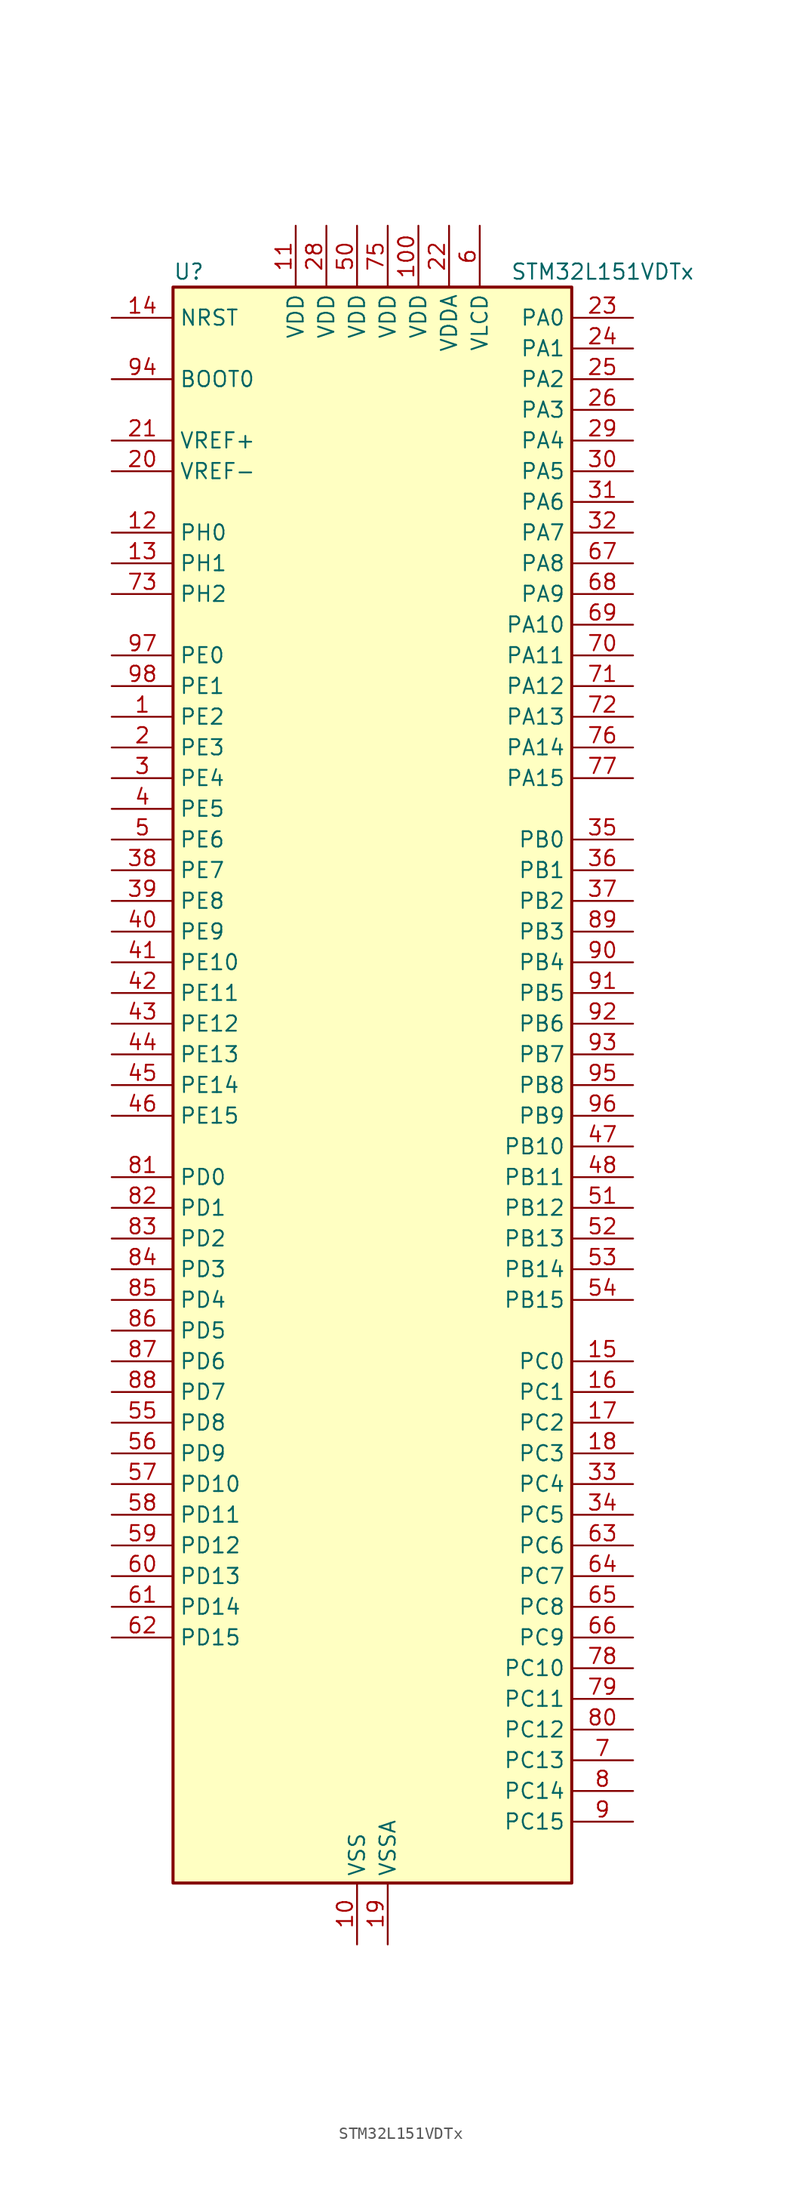
<source format=kicad_sym>
(kicad_symbol_lib
  (version 20231120)
  (generator "kicad-library-utils")
  (generator_version "8.0")
  (symbol "STM32L151VDTx"
    (property "Reference" "U"
      (at -15.24 67.31 0)
      (effects (font (size 1.27 1.27)) (justify left)))
    (property "Value" "STM32L151VDTx"
      (at 12.7 67.31 0)
      (effects (font (size 1.27 1.27)) (justify left)))
    (symbol "STM32L151VDTx_0_1"
      (rectangle (start -15.24 -66.04) (end 17.78 66.04) (stroke (width 0.254) (type default)) (fill (type background))))
    (symbol "STM32L151VDTx_1_1"
      (pin bidirectional line (at -20.32 30.48 0) (length 5.08) (name "PE2" (effects (font (size 1.27 1.27)))) (number "1" (effects (font (size 1.27 1.27)))) (alternate "FSMC_A23" bidirectional line) (alternate "SYS_TRACECK" bidirectional line) (alternate "TIM3_ETR" bidirectional line) (alternate "TIMX_IC3" bidirectional line))
      (pin power_in line (at 0 -71.12 90) (length 5.08) (name "VSS" (effects (font (size 1.27 1.27)))) (number "10" (effects (font (size 1.27 1.27)))))
      (pin power_in line (at 5.08 71.12 270) (length 5.08) (name "VDD" (effects (font (size 1.27 1.27)))) (number "100" (effects (font (size 1.27 1.27)))))
      (pin power_in line (at -5.08 71.12 270) (length 5.08) (name "VDD" (effects (font (size 1.27 1.27)))) (number "11" (effects (font (size 1.27 1.27)))))
      (pin bidirectional line (at -20.32 45.72 0) (length 5.08) (name "PH0" (effects (font (size 1.27 1.27)))) (number "12" (effects (font (size 1.27 1.27)))) (alternate "RCC_OSC_IN" bidirectional line))
      (pin bidirectional line (at -20.32 43.18 0) (length 5.08) (name "PH1" (effects (font (size 1.27 1.27)))) (number "13" (effects (font (size 1.27 1.27)))) (alternate "RCC_OSC_OUT" bidirectional line))
      (pin input line (at -20.32 63.5 0) (length 5.08) (name "NRST" (effects (font (size 1.27 1.27)))) (number "14" (effects (font (size 1.27 1.27)))))
      (pin bidirectional line (at 22.86 -22.86 180) (length 5.08) (name "PC0" (effects (font (size 1.27 1.27)))) (number "15" (effects (font (size 1.27 1.27)))) (alternate "ADC_IN10" bidirectional line) (alternate "COMP1_INP" bidirectional line) (alternate "TIMX_IC1" bidirectional line) (alternate "TS_G8_IO1" bidirectional line))
      (pin bidirectional line (at 22.86 -25.4 180) (length 5.08) (name "PC1" (effects (font (size 1.27 1.27)))) (number "16" (effects (font (size 1.27 1.27)))) (alternate "ADC_IN11" bidirectional line) (alternate "COMP1_INP" bidirectional line) (alternate "OPAMP3_VINP" bidirectional line) (alternate "TIMX_IC2" bidirectional line) (alternate "TS_G8_IO2" bidirectional line))
      (pin bidirectional line (at 22.86 -27.94 180) (length 5.08) (name "PC2" (effects (font (size 1.27 1.27)))) (number "17" (effects (font (size 1.27 1.27)))) (alternate "ADC_IN12" bidirectional line) (alternate "COMP1_INP" bidirectional line) (alternate "OPAMP3_VINM" bidirectional line) (alternate "TIMX_IC3" bidirectional line) (alternate "TS_G8_IO3" bidirectional line))
      (pin bidirectional line (at 22.86 -30.48 180) (length 5.08) (name "PC3" (effects (font (size 1.27 1.27)))) (number "18" (effects (font (size 1.27 1.27)))) (alternate "ADC_IN13" bidirectional line) (alternate "COMP1_INP" bidirectional line) (alternate "OPAMP3_VOUT" bidirectional line) (alternate "TIMX_IC4" bidirectional line) (alternate "TS_G8_IO4" bidirectional line))
      (pin power_in line (at 2.54 -71.12 90) (length 5.08) (name "VSSA" (effects (font (size 1.27 1.27)))) (number "19" (effects (font (size 1.27 1.27)))))
      (pin bidirectional line (at -20.32 27.94 0) (length 5.08) (name "PE3" (effects (font (size 1.27 1.27)))) (number "2" (effects (font (size 1.27 1.27)))) (alternate "FSMC_A19" bidirectional line) (alternate "SYS_TRACED0" bidirectional line) (alternate "TIM3_CH1" bidirectional line) (alternate "TIMX_IC4" bidirectional line))
      (pin input line (at -20.32 50.8 0) (length 5.08) (name "VREF-" (effects (font (size 1.27 1.27)))) (number "20" (effects (font (size 1.27 1.27)))))
      (pin input line (at -20.32 53.34 0) (length 5.08) (name "VREF+" (effects (font (size 1.27 1.27)))) (number "21" (effects (font (size 1.27 1.27)))))
      (pin power_in line (at 7.62 71.12 270) (length 5.08) (name "VDDA" (effects (font (size 1.27 1.27)))) (number "22" (effects (font (size 1.27 1.27)))))
      (pin bidirectional line (at 22.86 63.5 180) (length 5.08) (name "PA0" (effects (font (size 1.27 1.27)))) (number "23" (effects (font (size 1.27 1.27)))) (alternate "ADC_IN0" bidirectional line) (alternate "COMP1_INP" bidirectional line) (alternate "RTC_TAMP2" bidirectional line) (alternate "SYS_WKUP1" bidirectional line) (alternate "TIM2_CH1" bidirectional line) (alternate "TIM2_ETR" bidirectional line) (alternate "TIM5_CH1" bidirectional line) (alternate "TIMX_IC1" bidirectional line) (alternate "TS_G1_IO1" bidirectional line) (alternate "USART2_CTS" bidirectional line))
      (pin bidirectional line (at 22.86 60.96 180) (length 5.08) (name "PA1" (effects (font (size 1.27 1.27)))) (number "24" (effects (font (size 1.27 1.27)))) (alternate "ADC_IN1" bidirectional line) (alternate "COMP1_INP" bidirectional line) (alternate "OPAMP1_VINP" bidirectional line) (alternate "TIM2_CH2" bidirectional line) (alternate "TIM5_CH2" bidirectional line) (alternate "TIMX_IC2" bidirectional line) (alternate "TS_G1_IO2" bidirectional line) (alternate "USART2_RTS" bidirectional line))
      (pin bidirectional line (at 22.86 58.42 180) (length 5.08) (name "PA2" (effects (font (size 1.27 1.27)))) (number "25" (effects (font (size 1.27 1.27)))) (alternate "ADC_IN2" bidirectional line) (alternate "COMP1_INP" bidirectional line) (alternate "OPAMP1_VINM" bidirectional line) (alternate "TIM2_CH3" bidirectional line) (alternate "TIM5_CH3" bidirectional line) (alternate "TIM9_CH1" bidirectional line) (alternate "TIMX_IC3" bidirectional line) (alternate "TS_G1_IO3" bidirectional line) (alternate "USART2_TX" bidirectional line))
      (pin bidirectional line (at 22.86 55.88 180) (length 5.08) (name "PA3" (effects (font (size 1.27 1.27)))) (number "26" (effects (font (size 1.27 1.27)))) (alternate "ADC_IN3" bidirectional line) (alternate "COMP1_INP" bidirectional line) (alternate "OPAMP1_VOUT" bidirectional line) (alternate "TIM2_CH4" bidirectional line) (alternate "TIM5_CH4" bidirectional line) (alternate "TIM9_CH2" bidirectional line) (alternate "TIMX_IC4" bidirectional line) (alternate "TS_G1_IO4" bidirectional line) (alternate "USART2_RX" bidirectional line))
      (pin passive line (at 0 -71.12 90) (length 5.08) hide (name "VSS" (effects (font (size 1.27 1.27)))) (number "27" (effects (font (size 1.27 1.27)))))
      (pin power_in line (at -2.54 71.12 270) (length 5.08) (name "VDD" (effects (font (size 1.27 1.27)))) (number "28" (effects (font (size 1.27 1.27)))))
      (pin bidirectional line (at 22.86 53.34 180) (length 5.08) (name "PA4" (effects (font (size 1.27 1.27)))) (number "29" (effects (font (size 1.27 1.27)))) (alternate "ADC_IN4" bidirectional line) (alternate "COMP1_INP" bidirectional line) (alternate "DAC_OUT1" bidirectional line) (alternate "I2S3_WS" bidirectional line) (alternate "SPI1_NSS" bidirectional line) (alternate "SPI3_NSS" bidirectional line) (alternate "TIMX_IC1" bidirectional line) (alternate "USART2_CK" bidirectional line))
      (pin bidirectional line (at -20.32 25.4 0) (length 5.08) (name "PE4" (effects (font (size 1.27 1.27)))) (number "3" (effects (font (size 1.27 1.27)))) (alternate "FSMC_A20" bidirectional line) (alternate "SYS_TRACED1" bidirectional line) (alternate "TIM3_CH2" bidirectional line) (alternate "TIMX_IC1" bidirectional line))
      (pin bidirectional line (at 22.86 50.8 180) (length 5.08) (name "PA5" (effects (font (size 1.27 1.27)))) (number "30" (effects (font (size 1.27 1.27)))) (alternate "ADC_IN5" bidirectional line) (alternate "COMP1_INP" bidirectional line) (alternate "DAC_OUT2" bidirectional line) (alternate "SPI1_SCK" bidirectional line) (alternate "TIM2_CH1" bidirectional line) (alternate "TIM2_ETR" bidirectional line) (alternate "TIMX_IC2" bidirectional line))
      (pin bidirectional line (at 22.86 48.26 180) (length 5.08) (name "PA6" (effects (font (size 1.27 1.27)))) (number "31" (effects (font (size 1.27 1.27)))) (alternate "ADC_IN6" bidirectional line) (alternate "COMP1_INP" bidirectional line) (alternate "OPAMP2_VINP" bidirectional line) (alternate "SPI1_MISO" bidirectional line) (alternate "TIM10_CH1" bidirectional line) (alternate "TIM3_CH1" bidirectional line) (alternate "TIMX_IC3" bidirectional line) (alternate "TS_G2_IO1" bidirectional line))
      (pin bidirectional line (at 22.86 45.72 180) (length 5.08) (name "PA7" (effects (font (size 1.27 1.27)))) (number "32" (effects (font (size 1.27 1.27)))) (alternate "ADC_IN7" bidirectional line) (alternate "COMP1_INP" bidirectional line) (alternate "OPAMP2_VINM" bidirectional line) (alternate "SPI1_MOSI" bidirectional line) (alternate "TIM11_CH1" bidirectional line) (alternate "TIM3_CH2" bidirectional line) (alternate "TIMX_IC4" bidirectional line) (alternate "TS_G2_IO2" bidirectional line))
      (pin bidirectional line (at 22.86 -33.02 180) (length 5.08) (name "PC4" (effects (font (size 1.27 1.27)))) (number "33" (effects (font (size 1.27 1.27)))) (alternate "ADC_IN14" bidirectional line) (alternate "COMP1_INP" bidirectional line) (alternate "TIMX_IC1" bidirectional line) (alternate "TS_G9_IO1" bidirectional line))
      (pin bidirectional line (at 22.86 -35.56 180) (length 5.08) (name "PC5" (effects (font (size 1.27 1.27)))) (number "34" (effects (font (size 1.27 1.27)))) (alternate "ADC_IN15" bidirectional line) (alternate "COMP1_INP" bidirectional line) (alternate "TIMX_IC2" bidirectional line) (alternate "TS_G9_IO2" bidirectional line))
      (pin bidirectional line (at 22.86 20.32 180) (length 5.08) (name "PB0" (effects (font (size 1.27 1.27)))) (number "35" (effects (font (size 1.27 1.27)))) (alternate "ADC_IN8" bidirectional line) (alternate "COMP1_INP" bidirectional line) (alternate "OPAMP2_VOUT" bidirectional line) (alternate "SYS_V_REF_OUT" bidirectional line) (alternate "TIM3_CH3" bidirectional line) (alternate "TS_G3_IO1" bidirectional line))
      (pin bidirectional line (at 22.86 17.78 180) (length 5.08) (name "PB1" (effects (font (size 1.27 1.27)))) (number "36" (effects (font (size 1.27 1.27)))) (alternate "ADC_IN9" bidirectional line) (alternate "COMP1_INP" bidirectional line) (alternate "SYS_V_REF_OUT" bidirectional line) (alternate "TIM3_CH4" bidirectional line) (alternate "TS_G3_IO2" bidirectional line))
      (pin bidirectional line (at 22.86 15.24 180) (length 5.08) (name "PB2" (effects (font (size 1.27 1.27)))) (number "37" (effects (font (size 1.27 1.27)))) (alternate "TS_G3_IO3" bidirectional line))
      (pin bidirectional line (at -20.32 17.78 0) (length 5.08) (name "PE7" (effects (font (size 1.27 1.27)))) (number "38" (effects (font (size 1.27 1.27)))) (alternate "ADC_IN22" bidirectional line) (alternate "COMP1_INP" bidirectional line) (alternate "FSMC_D4" bidirectional line) (alternate "FSMC_DA4" bidirectional line) (alternate "TIMX_IC4" bidirectional line))
      (pin bidirectional line (at -20.32 15.24 0) (length 5.08) (name "PE8" (effects (font (size 1.27 1.27)))) (number "39" (effects (font (size 1.27 1.27)))) (alternate "ADC_IN23" bidirectional line) (alternate "COMP1_INP" bidirectional line) (alternate "FSMC_D5" bidirectional line) (alternate "FSMC_DA5" bidirectional line) (alternate "TIMX_IC1" bidirectional line))
      (pin bidirectional line (at -20.32 22.86 0) (length 5.08) (name "PE5" (effects (font (size 1.27 1.27)))) (number "4" (effects (font (size 1.27 1.27)))) (alternate "FSMC_A21" bidirectional line) (alternate "SYS_TRACED2" bidirectional line) (alternate "TIM9_CH1" bidirectional line) (alternate "TIMX_IC2" bidirectional line))
      (pin bidirectional line (at -20.32 12.7 0) (length 5.08) (name "PE9" (effects (font (size 1.27 1.27)))) (number "40" (effects (font (size 1.27 1.27)))) (alternate "ADC_IN24" bidirectional line) (alternate "COMP1_INP" bidirectional line) (alternate "DAC_EXTI9" bidirectional line) (alternate "FSMC_D6" bidirectional line) (alternate "FSMC_DA6" bidirectional line) (alternate "TIM2_CH1" bidirectional line) (alternate "TIM2_ETR" bidirectional line) (alternate "TIMX_IC2" bidirectional line))
      (pin bidirectional line (at -20.32 10.16 0) (length 5.08) (name "PE10" (effects (font (size 1.27 1.27)))) (number "41" (effects (font (size 1.27 1.27)))) (alternate "ADC_IN25" bidirectional line) (alternate "COMP1_INP" bidirectional line) (alternate "FSMC_D7" bidirectional line) (alternate "FSMC_DA7" bidirectional line) (alternate "TIM2_CH2" bidirectional line) (alternate "TIMX_IC3" bidirectional line))
      (pin bidirectional line (at -20.32 7.62 0) (length 5.08) (name "PE11" (effects (font (size 1.27 1.27)))) (number "42" (effects (font (size 1.27 1.27)))) (alternate "ADC_EXTI11" bidirectional line) (alternate "FSMC_D8" bidirectional line) (alternate "FSMC_DA8" bidirectional line) (alternate "TIM2_CH3" bidirectional line) (alternate "TIMX_IC4" bidirectional line))
      (pin bidirectional line (at -20.32 5.08 0) (length 5.08) (name "PE12" (effects (font (size 1.27 1.27)))) (number "43" (effects (font (size 1.27 1.27)))) (alternate "FSMC_D9" bidirectional line) (alternate "FSMC_DA9" bidirectional line) (alternate "SPI1_NSS" bidirectional line) (alternate "TIM2_CH4" bidirectional line) (alternate "TIMX_IC1" bidirectional line))
      (pin bidirectional line (at -20.32 2.54 0) (length 5.08) (name "PE13" (effects (font (size 1.27 1.27)))) (number "44" (effects (font (size 1.27 1.27)))) (alternate "FSMC_D10" bidirectional line) (alternate "FSMC_DA10" bidirectional line) (alternate "SPI1_SCK" bidirectional line) (alternate "TIMX_IC2" bidirectional line))
      (pin bidirectional line (at -20.32 0 0) (length 5.08) (name "PE14" (effects (font (size 1.27 1.27)))) (number "45" (effects (font (size 1.27 1.27)))) (alternate "FSMC_D11" bidirectional line) (alternate "FSMC_DA11" bidirectional line) (alternate "SPI1_MISO" bidirectional line) (alternate "TIMX_IC3" bidirectional line))
      (pin bidirectional line (at -20.32 -2.54 0) (length 5.08) (name "PE15" (effects (font (size 1.27 1.27)))) (number "46" (effects (font (size 1.27 1.27)))) (alternate "ADC_EXTI15" bidirectional line) (alternate "FSMC_D12" bidirectional line) (alternate "FSMC_DA12" bidirectional line) (alternate "SPI1_MOSI" bidirectional line) (alternate "TIMX_IC4" bidirectional line))
      (pin bidirectional line (at 22.86 -5.08 180) (length 5.08) (name "PB10" (effects (font (size 1.27 1.27)))) (number "47" (effects (font (size 1.27 1.27)))) (alternate "I2C2_SCL" bidirectional line) (alternate "TIM2_CH3" bidirectional line) (alternate "USART3_TX" bidirectional line))
      (pin bidirectional line (at 22.86 -7.62 180) (length 5.08) (name "PB11" (effects (font (size 1.27 1.27)))) (number "48" (effects (font (size 1.27 1.27)))) (alternate "ADC_EXTI11" bidirectional line) (alternate "I2C2_SDA" bidirectional line) (alternate "TIM2_CH4" bidirectional line) (alternate "USART3_RX" bidirectional line))
      (pin passive line (at 0 -71.12 90) (length 5.08) hide (name "VSS" (effects (font (size 1.27 1.27)))) (number "49" (effects (font (size 1.27 1.27)))))
      (pin bidirectional line (at -20.32 20.32 0) (length 5.08) (name "PE6" (effects (font (size 1.27 1.27)))) (number "5" (effects (font (size 1.27 1.27)))) (alternate "RTC_TAMP3" bidirectional line) (alternate "SYS_TRACED3" bidirectional line) (alternate "SYS_WKUP3" bidirectional line) (alternate "TIM9_CH2" bidirectional line) (alternate "TIMX_IC3" bidirectional line))
      (pin power_in line (at 0 71.12 270) (length 5.08) (name "VDD" (effects (font (size 1.27 1.27)))) (number "50" (effects (font (size 1.27 1.27)))))
      (pin bidirectional line (at 22.86 -10.16 180) (length 5.08) (name "PB12" (effects (font (size 1.27 1.27)))) (number "51" (effects (font (size 1.27 1.27)))) (alternate "ADC_IN18" bidirectional line) (alternate "COMP1_INP" bidirectional line) (alternate "I2C2_SMBA" bidirectional line) (alternate "I2S2_WS" bidirectional line) (alternate "SPI2_NSS" bidirectional line) (alternate "TIM10_CH1" bidirectional line) (alternate "TS_G7_IO1" bidirectional line) (alternate "USART3_CK" bidirectional line))
      (pin bidirectional line (at 22.86 -12.7 180) (length 5.08) (name "PB13" (effects (font (size 1.27 1.27)))) (number "52" (effects (font (size 1.27 1.27)))) (alternate "ADC_IN19" bidirectional line) (alternate "COMP1_INP" bidirectional line) (alternate "I2S2_CK" bidirectional line) (alternate "SPI2_SCK" bidirectional line) (alternate "TIM9_CH1" bidirectional line) (alternate "TS_G7_IO2" bidirectional line) (alternate "USART3_CTS" bidirectional line))
      (pin bidirectional line (at 22.86 -15.24 180) (length 5.08) (name "PB14" (effects (font (size 1.27 1.27)))) (number "53" (effects (font (size 1.27 1.27)))) (alternate "ADC_IN20" bidirectional line) (alternate "COMP1_INP" bidirectional line) (alternate "SPI2_MISO" bidirectional line) (alternate "TIM9_CH2" bidirectional line) (alternate "TS_G7_IO3" bidirectional line) (alternate "USART3_RTS" bidirectional line))
      (pin bidirectional line (at 22.86 -17.78 180) (length 5.08) (name "PB15" (effects (font (size 1.27 1.27)))) (number "54" (effects (font (size 1.27 1.27)))) (alternate "ADC_EXTI15" bidirectional line) (alternate "ADC_IN21" bidirectional line) (alternate "COMP1_INP" bidirectional line) (alternate "I2S2_SD" bidirectional line) (alternate "RTC_REFIN" bidirectional line) (alternate "SPI2_MOSI" bidirectional line) (alternate "TIM11_CH1" bidirectional line) (alternate "TS_G7_IO4" bidirectional line))
      (pin bidirectional line (at -20.32 -27.94 0) (length 5.08) (name "PD8" (effects (font (size 1.27 1.27)))) (number "55" (effects (font (size 1.27 1.27)))) (alternate "FSMC_D13" bidirectional line) (alternate "FSMC_DA13" bidirectional line) (alternate "TIMX_IC1" bidirectional line) (alternate "USART3_TX" bidirectional line))
      (pin bidirectional line (at -20.32 -30.48 0) (length 5.08) (name "PD9" (effects (font (size 1.27 1.27)))) (number "56" (effects (font (size 1.27 1.27)))) (alternate "DAC_EXTI9" bidirectional line) (alternate "FSMC_D14" bidirectional line) (alternate "FSMC_DA14" bidirectional line) (alternate "TIMX_IC2" bidirectional line) (alternate "USART3_RX" bidirectional line))
      (pin bidirectional line (at -20.32 -33.02 0) (length 5.08) (name "PD10" (effects (font (size 1.27 1.27)))) (number "57" (effects (font (size 1.27 1.27)))) (alternate "FSMC_D15" bidirectional line) (alternate "FSMC_DA15" bidirectional line) (alternate "TIMX_IC3" bidirectional line) (alternate "USART3_CK" bidirectional line))
      (pin bidirectional line (at -20.32 -35.56 0) (length 5.08) (name "PD11" (effects (font (size 1.27 1.27)))) (number "58" (effects (font (size 1.27 1.27)))) (alternate "ADC_EXTI11" bidirectional line) (alternate "FSMC_A16" bidirectional line) (alternate "TIMX_IC4" bidirectional line) (alternate "USART3_CTS" bidirectional line))
      (pin bidirectional line (at -20.32 -38.1 0) (length 5.08) (name "PD12" (effects (font (size 1.27 1.27)))) (number "59" (effects (font (size 1.27 1.27)))) (alternate "FSMC_A17" bidirectional line) (alternate "TIM4_CH1" bidirectional line) (alternate "TIMX_IC1" bidirectional line) (alternate "USART3_RTS" bidirectional line))
      (pin power_in line (at 10.16 71.12 270) (length 5.08) (name "VLCD" (effects (font (size 1.27 1.27)))) (number "6" (effects (font (size 1.27 1.27)))))
      (pin bidirectional line (at -20.32 -40.64 0) (length 5.08) (name "PD13" (effects (font (size 1.27 1.27)))) (number "60" (effects (font (size 1.27 1.27)))) (alternate "FSMC_A18" bidirectional line) (alternate "TIM4_CH2" bidirectional line) (alternate "TIMX_IC2" bidirectional line))
      (pin bidirectional line (at -20.32 -43.18 0) (length 5.08) (name "PD14" (effects (font (size 1.27 1.27)))) (number "61" (effects (font (size 1.27 1.27)))) (alternate "FSMC_D0" bidirectional line) (alternate "FSMC_DA0" bidirectional line) (alternate "TIM4_CH3" bidirectional line) (alternate "TIMX_IC3" bidirectional line))
      (pin bidirectional line (at -20.32 -45.72 0) (length 5.08) (name "PD15" (effects (font (size 1.27 1.27)))) (number "62" (effects (font (size 1.27 1.27)))) (alternate "ADC_EXTI15" bidirectional line) (alternate "FSMC_D1" bidirectional line) (alternate "FSMC_DA1" bidirectional line) (alternate "TIM4_CH4" bidirectional line) (alternate "TIMX_IC4" bidirectional line))
      (pin bidirectional line (at 22.86 -38.1 180) (length 5.08) (name "PC6" (effects (font (size 1.27 1.27)))) (number "63" (effects (font (size 1.27 1.27)))) (alternate "I2S2_MCK" bidirectional line) (alternate "SDIO_D6" bidirectional line) (alternate "TIM3_CH1" bidirectional line) (alternate "TIMX_IC3" bidirectional line) (alternate "TS_G10_IO1" bidirectional line))
      (pin bidirectional line (at 22.86 -40.64 180) (length 5.08) (name "PC7" (effects (font (size 1.27 1.27)))) (number "64" (effects (font (size 1.27 1.27)))) (alternate "I2S3_MCK" bidirectional line) (alternate "SDIO_D7" bidirectional line) (alternate "TIM3_CH2" bidirectional line) (alternate "TIMX_IC4" bidirectional line) (alternate "TS_G10_IO2" bidirectional line))
      (pin bidirectional line (at 22.86 -43.18 180) (length 5.08) (name "PC8" (effects (font (size 1.27 1.27)))) (number "65" (effects (font (size 1.27 1.27)))) (alternate "SDIO_D0" bidirectional line) (alternate "TIM3_CH3" bidirectional line) (alternate "TIMX_IC1" bidirectional line) (alternate "TS_G10_IO3" bidirectional line))
      (pin bidirectional line (at 22.86 -45.72 180) (length 5.08) (name "PC9" (effects (font (size 1.27 1.27)))) (number "66" (effects (font (size 1.27 1.27)))) (alternate "DAC_EXTI9" bidirectional line) (alternate "SDIO_D1" bidirectional line) (alternate "TIM3_CH4" bidirectional line) (alternate "TIMX_IC2" bidirectional line) (alternate "TS_G10_IO4" bidirectional line))
      (pin bidirectional line (at 22.86 43.18 180) (length 5.08) (name "PA8" (effects (font (size 1.27 1.27)))) (number "67" (effects (font (size 1.27 1.27)))) (alternate "RCC_MCO" bidirectional line) (alternate "TIMX_IC1" bidirectional line) (alternate "TS_G4_IO1" bidirectional line) (alternate "USART1_CK" bidirectional line))
      (pin bidirectional line (at 22.86 40.64 180) (length 5.08) (name "PA9" (effects (font (size 1.27 1.27)))) (number "68" (effects (font (size 1.27 1.27)))) (alternate "DAC_EXTI9" bidirectional line) (alternate "TIMX_IC2" bidirectional line) (alternate "TS_G4_IO2" bidirectional line) (alternate "USART1_TX" bidirectional line))
      (pin bidirectional line (at 22.86 38.1 180) (length 5.08) (name "PA10" (effects (font (size 1.27 1.27)))) (number "69" (effects (font (size 1.27 1.27)))) (alternate "TIMX_IC3" bidirectional line) (alternate "TS_G4_IO3" bidirectional line) (alternate "USART1_RX" bidirectional line))
      (pin bidirectional line (at 22.86 -55.88 180) (length 5.08) (name "PC13" (effects (font (size 1.27 1.27)))) (number "7" (effects (font (size 1.27 1.27)))) (alternate "RTC_OUT_ALARM" bidirectional line) (alternate "RTC_OUT_CALIB" bidirectional line) (alternate "RTC_TAMP1" bidirectional line) (alternate "RTC_TS" bidirectional line) (alternate "SYS_WKUP2" bidirectional line) (alternate "TIMX_IC2" bidirectional line))
      (pin bidirectional line (at 22.86 35.56 180) (length 5.08) (name "PA11" (effects (font (size 1.27 1.27)))) (number "70" (effects (font (size 1.27 1.27)))) (alternate "ADC_EXTI11" bidirectional line) (alternate "SPI1_MISO" bidirectional line) (alternate "TIMX_IC4" bidirectional line) (alternate "USART1_CTS" bidirectional line) (alternate "USB_DM" bidirectional line))
      (pin bidirectional line (at 22.86 33.02 180) (length 5.08) (name "PA12" (effects (font (size 1.27 1.27)))) (number "71" (effects (font (size 1.27 1.27)))) (alternate "SPI1_MOSI" bidirectional line) (alternate "TIMX_IC1" bidirectional line) (alternate "USART1_RTS" bidirectional line) (alternate "USB_DP" bidirectional line))
      (pin bidirectional line (at 22.86 30.48 180) (length 5.08) (name "PA13" (effects (font (size 1.27 1.27)))) (number "72" (effects (font (size 1.27 1.27)))) (alternate "SYS_JTMS-SWDIO" bidirectional line) (alternate "TIMX_IC2" bidirectional line) (alternate "TS_G5_IO1" bidirectional line))
      (pin bidirectional line (at -20.32 40.64 0) (length 5.08) (name "PH2" (effects (font (size 1.27 1.27)))) (number "73" (effects (font (size 1.27 1.27)))) (alternate "FSMC_A22" bidirectional line))
      (pin passive line (at 0 -71.12 90) (length 5.08) hide (name "VSS" (effects (font (size 1.27 1.27)))) (number "74" (effects (font (size 1.27 1.27)))))
      (pin power_in line (at 2.54 71.12 270) (length 5.08) (name "VDD" (effects (font (size 1.27 1.27)))) (number "75" (effects (font (size 1.27 1.27)))))
      (pin bidirectional line (at 22.86 27.94 180) (length 5.08) (name "PA14" (effects (font (size 1.27 1.27)))) (number "76" (effects (font (size 1.27 1.27)))) (alternate "SYS_JTCK-SWCLK" bidirectional line) (alternate "TIMX_IC3" bidirectional line) (alternate "TS_G5_IO2" bidirectional line))
      (pin bidirectional line (at 22.86 25.4 180) (length 5.08) (name "PA15" (effects (font (size 1.27 1.27)))) (number "77" (effects (font (size 1.27 1.27)))) (alternate "ADC_EXTI15" bidirectional line) (alternate "I2S3_WS" bidirectional line) (alternate "SPI1_NSS" bidirectional line) (alternate "SPI3_NSS" bidirectional line) (alternate "SYS_JTDI" bidirectional line) (alternate "TIM2_CH1" bidirectional line) (alternate "TIM2_ETR" bidirectional line) (alternate "TIMX_IC4" bidirectional line) (alternate "TS_G5_IO3" bidirectional line))
      (pin bidirectional line (at 22.86 -48.26 180) (length 5.08) (name "PC10" (effects (font (size 1.27 1.27)))) (number "78" (effects (font (size 1.27 1.27)))) (alternate "I2S3_CK" bidirectional line) (alternate "SDIO_D2" bidirectional line) (alternate "SPI3_SCK" bidirectional line) (alternate "TIMX_IC3" bidirectional line) (alternate "UART4_TX" bidirectional line) (alternate "USART3_TX" bidirectional line))
      (pin bidirectional line (at 22.86 -50.8 180) (length 5.08) (name "PC11" (effects (font (size 1.27 1.27)))) (number "79" (effects (font (size 1.27 1.27)))) (alternate "ADC_EXTI11" bidirectional line) (alternate "SDIO_D3" bidirectional line) (alternate "SPI3_MISO" bidirectional line) (alternate "TIMX_IC4" bidirectional line) (alternate "UART4_RX" bidirectional line) (alternate "USART3_RX" bidirectional line))
      (pin bidirectional line (at 22.86 -58.42 180) (length 5.08) (name "PC14" (effects (font (size 1.27 1.27)))) (number "8" (effects (font (size 1.27 1.27)))) (alternate "RCC_OSC32_IN" bidirectional line) (alternate "TIMX_IC3" bidirectional line))
      (pin bidirectional line (at 22.86 -53.34 180) (length 5.08) (name "PC12" (effects (font (size 1.27 1.27)))) (number "80" (effects (font (size 1.27 1.27)))) (alternate "I2S3_SD" bidirectional line) (alternate "SDIO_CK" bidirectional line) (alternate "SPI3_MOSI" bidirectional line) (alternate "TIMX_IC1" bidirectional line) (alternate "UART5_TX" bidirectional line) (alternate "USART3_CK" bidirectional line))
      (pin bidirectional line (at -20.32 -7.62 0) (length 5.08) (name "PD0" (effects (font (size 1.27 1.27)))) (number "81" (effects (font (size 1.27 1.27)))) (alternate "FSMC_D2" bidirectional line) (alternate "FSMC_DA2" bidirectional line) (alternate "I2S2_WS" bidirectional line) (alternate "SPI2_NSS" bidirectional line) (alternate "TIM9_CH1" bidirectional line) (alternate "TIMX_IC1" bidirectional line))
      (pin bidirectional line (at -20.32 -10.16 0) (length 5.08) (name "PD1" (effects (font (size 1.27 1.27)))) (number "82" (effects (font (size 1.27 1.27)))) (alternate "FSMC_D3" bidirectional line) (alternate "FSMC_DA3" bidirectional line) (alternate "I2S2_CK" bidirectional line) (alternate "SPI2_SCK" bidirectional line) (alternate "TIMX_IC2" bidirectional line))
      (pin bidirectional line (at -20.32 -12.7 0) (length 5.08) (name "PD2" (effects (font (size 1.27 1.27)))) (number "83" (effects (font (size 1.27 1.27)))) (alternate "SDIO_CMD" bidirectional line) (alternate "TIM3_ETR" bidirectional line) (alternate "TIMX_IC3" bidirectional line) (alternate "UART5_RX" bidirectional line))
      (pin bidirectional line (at -20.32 -15.24 0) (length 5.08) (name "PD3" (effects (font (size 1.27 1.27)))) (number "84" (effects (font (size 1.27 1.27)))) (alternate "FSMC_CLK" bidirectional line) (alternate "SPI2_MISO" bidirectional line) (alternate "TIMX_IC4" bidirectional line) (alternate "USART2_CTS" bidirectional line))
      (pin bidirectional line (at -20.32 -17.78 0) (length 5.08) (name "PD4" (effects (font (size 1.27 1.27)))) (number "85" (effects (font (size 1.27 1.27)))) (alternate "FSMC_NOE" bidirectional line) (alternate "I2S2_SD" bidirectional line) (alternate "SPI2_MOSI" bidirectional line) (alternate "TIMX_IC1" bidirectional line) (alternate "USART2_RTS" bidirectional line))
      (pin bidirectional line (at -20.32 -20.32 0) (length 5.08) (name "PD5" (effects (font (size 1.27 1.27)))) (number "86" (effects (font (size 1.27 1.27)))) (alternate "FSMC_NWE" bidirectional line) (alternate "TIMX_IC2" bidirectional line) (alternate "USART2_TX" bidirectional line))
      (pin bidirectional line (at -20.32 -22.86 0) (length 5.08) (name "PD6" (effects (font (size 1.27 1.27)))) (number "87" (effects (font (size 1.27 1.27)))) (alternate "FSMC_NWAIT" bidirectional line) (alternate "TIMX_IC3" bidirectional line) (alternate "USART2_RX" bidirectional line))
      (pin bidirectional line (at -20.32 -25.4 0) (length 5.08) (name "PD7" (effects (font (size 1.27 1.27)))) (number "88" (effects (font (size 1.27 1.27)))) (alternate "FSMC_NE1" bidirectional line) (alternate "TIM9_CH2" bidirectional line) (alternate "TIMX_IC4" bidirectional line) (alternate "USART2_CK" bidirectional line))
      (pin bidirectional line (at 22.86 12.7 180) (length 5.08) (name "PB3" (effects (font (size 1.27 1.27)))) (number "89" (effects (font (size 1.27 1.27)))) (alternate "COMP2_INM" bidirectional line) (alternate "I2S3_CK" bidirectional line) (alternate "SPI1_SCK" bidirectional line) (alternate "SPI3_SCK" bidirectional line) (alternate "SYS_JTDO-TRACESWO" bidirectional line) (alternate "TIM2_CH2" bidirectional line))
      (pin bidirectional line (at 22.86 -60.96 180) (length 5.08) (name "PC15" (effects (font (size 1.27 1.27)))) (number "9" (effects (font (size 1.27 1.27)))) (alternate "ADC_EXTI15" bidirectional line) (alternate "RCC_OSC32_OUT" bidirectional line) (alternate "TIMX_IC4" bidirectional line))
      (pin bidirectional line (at 22.86 10.16 180) (length 5.08) (name "PB4" (effects (font (size 1.27 1.27)))) (number "90" (effects (font (size 1.27 1.27)))) (alternate "COMP2_INP" bidirectional line) (alternate "SPI1_MISO" bidirectional line) (alternate "SPI3_MISO" bidirectional line) (alternate "SYS_JTRST" bidirectional line) (alternate "TIM3_CH1" bidirectional line) (alternate "TS_G6_IO1" bidirectional line))
      (pin bidirectional line (at 22.86 7.62 180) (length 5.08) (name "PB5" (effects (font (size 1.27 1.27)))) (number "91" (effects (font (size 1.27 1.27)))) (alternate "COMP2_INP" bidirectional line) (alternate "I2C1_SMBA" bidirectional line) (alternate "I2S3_SD" bidirectional line) (alternate "SPI1_MOSI" bidirectional line) (alternate "SPI3_MOSI" bidirectional line) (alternate "TIM3_CH2" bidirectional line) (alternate "TS_G6_IO2" bidirectional line))
      (pin bidirectional line (at 22.86 5.08 180) (length 5.08) (name "PB6" (effects (font (size 1.27 1.27)))) (number "92" (effects (font (size 1.27 1.27)))) (alternate "COMP2_INP" bidirectional line) (alternate "I2C1_SCL" bidirectional line) (alternate "TIM4_CH1" bidirectional line) (alternate "TS_G6_IO3" bidirectional line) (alternate "USART1_TX" bidirectional line))
      (pin bidirectional line (at 22.86 2.54 180) (length 5.08) (name "PB7" (effects (font (size 1.27 1.27)))) (number "93" (effects (font (size 1.27 1.27)))) (alternate "COMP2_INP" bidirectional line) (alternate "FSMC_NL" bidirectional line) (alternate "I2C1_SDA" bidirectional line) (alternate "SYS_PVD_IN" bidirectional line) (alternate "TIM4_CH2" bidirectional line) (alternate "TS_G6_IO4" bidirectional line) (alternate "USART1_RX" bidirectional line))
      (pin input line (at -20.32 58.42 0) (length 5.08) (name "BOOT0" (effects (font (size 1.27 1.27)))) (number "94" (effects (font (size 1.27 1.27)))))
      (pin bidirectional line (at 22.86 0 180) (length 5.08) (name "PB8" (effects (font (size 1.27 1.27)))) (number "95" (effects (font (size 1.27 1.27)))) (alternate "I2C1_SCL" bidirectional line) (alternate "SDIO_D4" bidirectional line) (alternate "TIM10_CH1" bidirectional line) (alternate "TIM4_CH3" bidirectional line))
      (pin bidirectional line (at 22.86 -2.54 180) (length 5.08) (name "PB9" (effects (font (size 1.27 1.27)))) (number "96" (effects (font (size 1.27 1.27)))) (alternate "DAC_EXTI9" bidirectional line) (alternate "I2C1_SDA" bidirectional line) (alternate "SDIO_D5" bidirectional line) (alternate "TIM11_CH1" bidirectional line) (alternate "TIM4_CH4" bidirectional line))
      (pin bidirectional line (at -20.32 35.56 0) (length 5.08) (name "PE0" (effects (font (size 1.27 1.27)))) (number "97" (effects (font (size 1.27 1.27)))) (alternate "FSMC_NBL0" bidirectional line) (alternate "TIM10_CH1" bidirectional line) (alternate "TIM4_ETR" bidirectional line) (alternate "TIMX_IC1" bidirectional line))
      (pin bidirectional line (at -20.32 33.02 0) (length 5.08) (name "PE1" (effects (font (size 1.27 1.27)))) (number "98" (effects (font (size 1.27 1.27)))) (alternate "FSMC_NBL1" bidirectional line) (alternate "TIM11_CH1" bidirectional line) (alternate "TIMX_IC2" bidirectional line))
      (pin passive line (at 0 -71.12 90) (length 5.08) hide (name "VSS" (effects (font (size 1.27 1.27)))) (number "99" (effects (font (size 1.27 1.27))))))))
</source>
